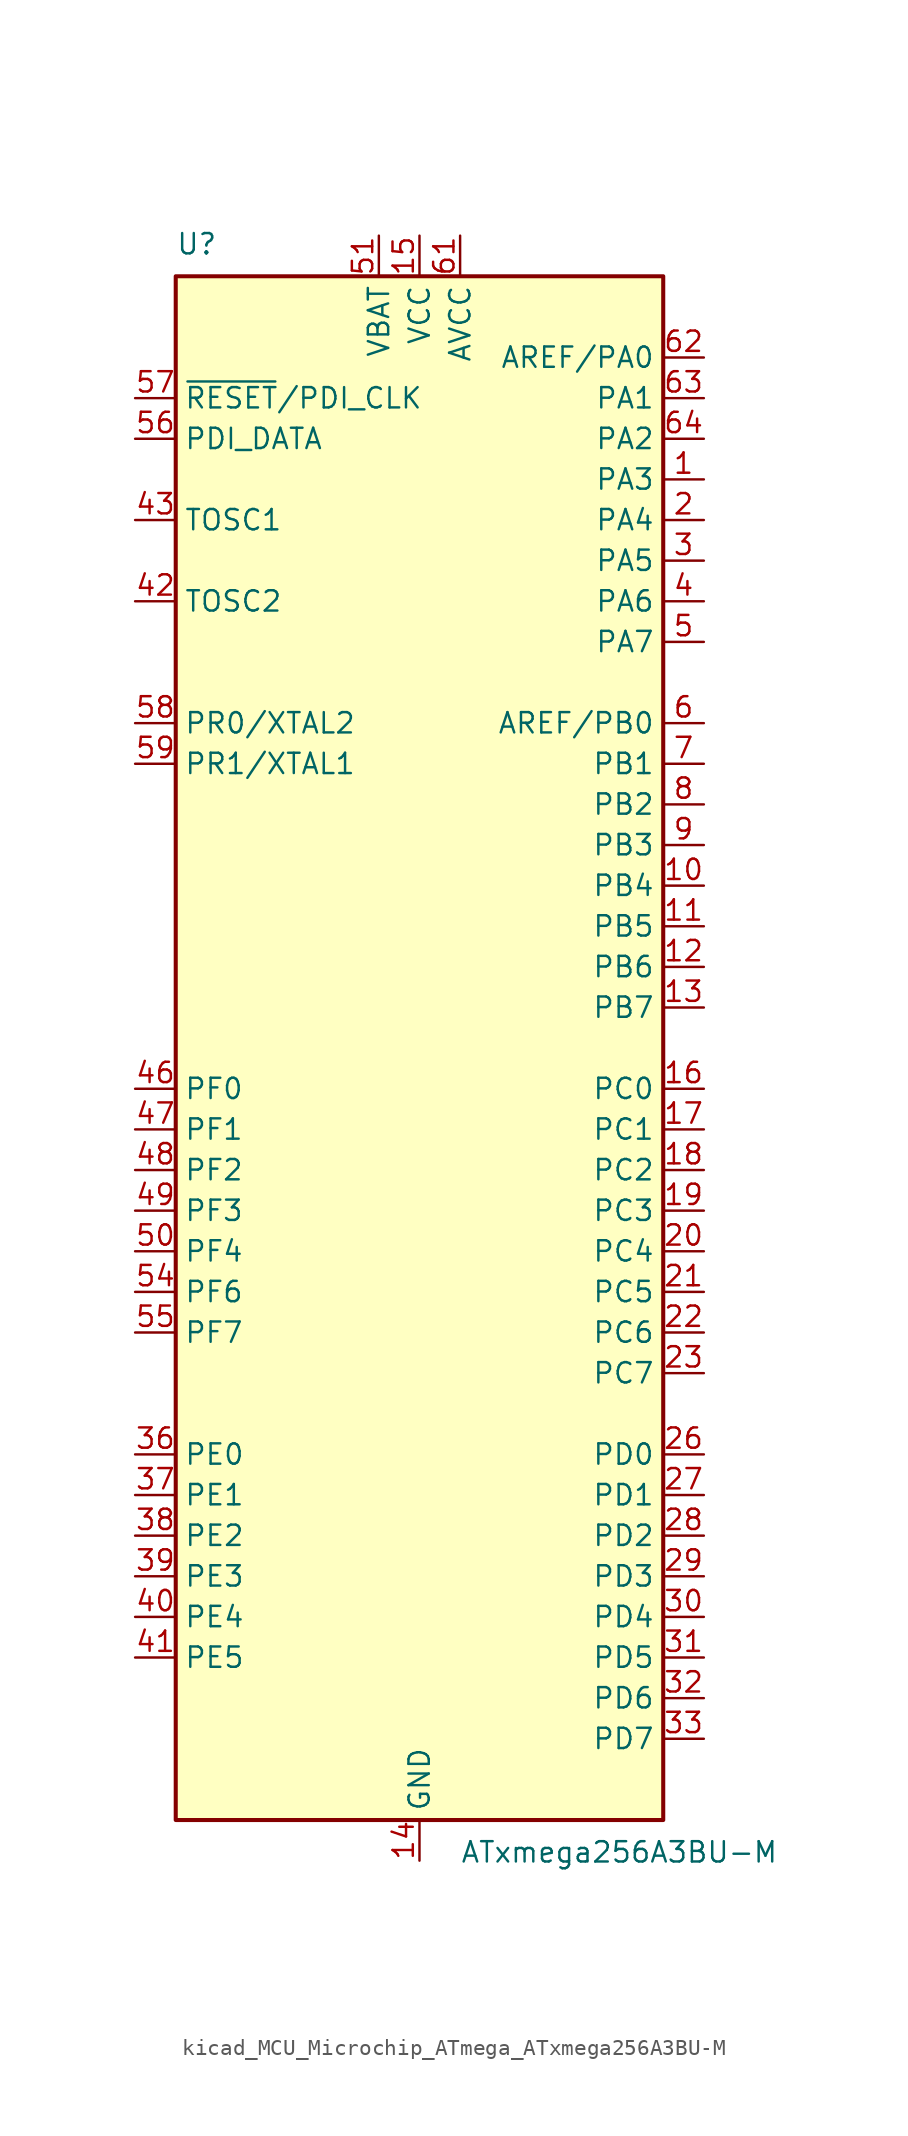
<source format=kicad_sym>
(kicad_symbol_lib
  (version 20220914)
  (generator kicad_symbol_editor)
  (symbol "kicad_MCU_Microchip_ATmega_ATxmega256A3BU-M"
    (property "Reference" "U"
      (at -15.24 49.53 0)
      (effects (font (size 1.27 1.27)) (justify left bottom)))
    (property "Value" "ATxmega256A3BU-M"
      (at 2.54 -49.53 0)
      (effects (font (size 1.27 1.27)) (justify left top)))
    (symbol "kicad_MCU_Microchip_ATmega_ATxmega256A3BU-M_0_1"
      (rectangle (start -15.24 -48.26) (end 15.24 48.26) (stroke (width 0.254) (type default)) (fill (type background))))
    (symbol "kicad_MCU_Microchip_ATmega_ATxmega256A3BU-M_1_1"
      (pin bidirectional line (at 17.78 35.56 180) (length 2.54) (name "PA3" (effects (font (size 1.27 1.27)))) (number "1" (effects (font (size 1.27 1.27)))))
      (pin bidirectional line (at 17.78 10.16 180) (length 2.54) (name "PB4" (effects (font (size 1.27 1.27)))) (number "10" (effects (font (size 1.27 1.27)))))
      (pin bidirectional line (at 17.78 7.62 180) (length 2.54) (name "PB5" (effects (font (size 1.27 1.27)))) (number "11" (effects (font (size 1.27 1.27)))))
      (pin bidirectional line (at 17.78 5.08 180) (length 2.54) (name "PB6" (effects (font (size 1.27 1.27)))) (number "12" (effects (font (size 1.27 1.27)))))
      (pin bidirectional line (at 17.78 2.54 180) (length 2.54) (name "PB7" (effects (font (size 1.27 1.27)))) (number "13" (effects (font (size 1.27 1.27)))))
      (pin power_in line (at 0 -50.8 90) (length 2.54) (name "GND" (effects (font (size 1.27 1.27)))) (number "14" (effects (font (size 1.27 1.27)))))
      (pin power_in line (at 0 50.8 270) (length 2.54) (name "VCC" (effects (font (size 1.27 1.27)))) (number "15" (effects (font (size 1.27 1.27)))))
      (pin bidirectional line (at 17.78 -2.54 180) (length 2.54) (name "PC0" (effects (font (size 1.27 1.27)))) (number "16" (effects (font (size 1.27 1.27)))))
      (pin bidirectional line (at 17.78 -5.08 180) (length 2.54) (name "PC1" (effects (font (size 1.27 1.27)))) (number "17" (effects (font (size 1.27 1.27)))))
      (pin bidirectional line (at 17.78 -7.62 180) (length 2.54) (name "PC2" (effects (font (size 1.27 1.27)))) (number "18" (effects (font (size 1.27 1.27)))))
      (pin bidirectional line (at 17.78 -10.16 180) (length 2.54) (name "PC3" (effects (font (size 1.27 1.27)))) (number "19" (effects (font (size 1.27 1.27)))))
      (pin bidirectional line (at 17.78 33.02 180) (length 2.54) (name "PA4" (effects (font (size 1.27 1.27)))) (number "2" (effects (font (size 1.27 1.27)))))
      (pin bidirectional line (at 17.78 -12.7 180) (length 2.54) (name "PC4" (effects (font (size 1.27 1.27)))) (number "20" (effects (font (size 1.27 1.27)))))
      (pin bidirectional line (at 17.78 -15.24 180) (length 2.54) (name "PC5" (effects (font (size 1.27 1.27)))) (number "21" (effects (font (size 1.27 1.27)))))
      (pin bidirectional line (at 17.78 -17.78 180) (length 2.54) (name "PC6" (effects (font (size 1.27 1.27)))) (number "22" (effects (font (size 1.27 1.27)))))
      (pin bidirectional line (at 17.78 -20.32 180) (length 2.54) (name "PC7" (effects (font (size 1.27 1.27)))) (number "23" (effects (font (size 1.27 1.27)))))
      (pin passive line (at 0 -50.8 90) (length 2.54) hide (name "GND" (effects (font (size 1.27 1.27)))) (number "24" (effects (font (size 1.27 1.27)))))
      (pin passive line (at 0 50.8 270) (length 2.54) hide (name "VCC" (effects (font (size 1.27 1.27)))) (number "25" (effects (font (size 1.27 1.27)))))
      (pin bidirectional line (at 17.78 -25.4 180) (length 2.54) (name "PD0" (effects (font (size 1.27 1.27)))) (number "26" (effects (font (size 1.27 1.27)))))
      (pin bidirectional line (at 17.78 -27.94 180) (length 2.54) (name "PD1" (effects (font (size 1.27 1.27)))) (number "27" (effects (font (size 1.27 1.27)))))
      (pin bidirectional line (at 17.78 -30.48 180) (length 2.54) (name "PD2" (effects (font (size 1.27 1.27)))) (number "28" (effects (font (size 1.27 1.27)))))
      (pin bidirectional line (at 17.78 -33.02 180) (length 2.54) (name "PD3" (effects (font (size 1.27 1.27)))) (number "29" (effects (font (size 1.27 1.27)))))
      (pin bidirectional line (at 17.78 30.48 180) (length 2.54) (name "PA5" (effects (font (size 1.27 1.27)))) (number "3" (effects (font (size 1.27 1.27)))))
      (pin bidirectional line (at 17.78 -35.56 180) (length 2.54) (name "PD4" (effects (font (size 1.27 1.27)))) (number "30" (effects (font (size 1.27 1.27)))))
      (pin bidirectional line (at 17.78 -38.1 180) (length 2.54) (name "PD5" (effects (font (size 1.27 1.27)))) (number "31" (effects (font (size 1.27 1.27)))))
      (pin bidirectional line (at 17.78 -40.64 180) (length 2.54) (name "PD6" (effects (font (size 1.27 1.27)))) (number "32" (effects (font (size 1.27 1.27)))))
      (pin bidirectional line (at 17.78 -43.18 180) (length 2.54) (name "PD7" (effects (font (size 1.27 1.27)))) (number "33" (effects (font (size 1.27 1.27)))))
      (pin passive line (at 0 -50.8 90) (length 2.54) hide (name "GND" (effects (font (size 1.27 1.27)))) (number "34" (effects (font (size 1.27 1.27)))))
      (pin passive line (at 0 50.8 270) (length 2.54) hide (name "VCC" (effects (font (size 1.27 1.27)))) (number "35" (effects (font (size 1.27 1.27)))))
      (pin bidirectional line (at -17.78 -25.4 0) (length 2.54) (name "PE0" (effects (font (size 1.27 1.27)))) (number "36" (effects (font (size 1.27 1.27)))))
      (pin bidirectional line (at -17.78 -27.94 0) (length 2.54) (name "PE1" (effects (font (size 1.27 1.27)))) (number "37" (effects (font (size 1.27 1.27)))))
      (pin bidirectional line (at -17.78 -30.48 0) (length 2.54) (name "PE2" (effects (font (size 1.27 1.27)))) (number "38" (effects (font (size 1.27 1.27)))))
      (pin bidirectional line (at -17.78 -33.02 0) (length 2.54) (name "PE3" (effects (font (size 1.27 1.27)))) (number "39" (effects (font (size 1.27 1.27)))))
      (pin bidirectional line (at 17.78 27.94 180) (length 2.54) (name "PA6" (effects (font (size 1.27 1.27)))) (number "4" (effects (font (size 1.27 1.27)))))
      (pin bidirectional line (at -17.78 -35.56 0) (length 2.54) (name "PE4" (effects (font (size 1.27 1.27)))) (number "40" (effects (font (size 1.27 1.27)))))
      (pin bidirectional line (at -17.78 -38.1 0) (length 2.54) (name "PE5" (effects (font (size 1.27 1.27)))) (number "41" (effects (font (size 1.27 1.27)))))
      (pin passive line (at -17.78 27.94 0) (length 2.54) (name "TOSC2" (effects (font (size 1.27 1.27)))) (number "42" (effects (font (size 1.27 1.27)))))
      (pin input line (at -17.78 33.02 0) (length 2.54) (name "TOSC1" (effects (font (size 1.27 1.27)))) (number "43" (effects (font (size 1.27 1.27)))))
      (pin passive line (at 0 -50.8 90) (length 2.54) hide (name "GND" (effects (font (size 1.27 1.27)))) (number "44" (effects (font (size 1.27 1.27)))))
      (pin passive line (at 0 50.8 270) (length 2.54) hide (name "VCC" (effects (font (size 1.27 1.27)))) (number "45" (effects (font (size 1.27 1.27)))))
      (pin bidirectional line (at -17.78 -2.54 0) (length 2.54) (name "PF0" (effects (font (size 1.27 1.27)))) (number "46" (effects (font (size 1.27 1.27)))))
      (pin bidirectional line (at -17.78 -5.08 0) (length 2.54) (name "PF1" (effects (font (size 1.27 1.27)))) (number "47" (effects (font (size 1.27 1.27)))))
      (pin bidirectional line (at -17.78 -7.62 0) (length 2.54) (name "PF2" (effects (font (size 1.27 1.27)))) (number "48" (effects (font (size 1.27 1.27)))))
      (pin bidirectional line (at -17.78 -10.16 0) (length 2.54) (name "PF3" (effects (font (size 1.27 1.27)))) (number "49" (effects (font (size 1.27 1.27)))))
      (pin bidirectional line (at 17.78 25.4 180) (length 2.54) (name "PA7" (effects (font (size 1.27 1.27)))) (number "5" (effects (font (size 1.27 1.27)))))
      (pin bidirectional line (at -17.78 -12.7 0) (length 2.54) (name "PF4" (effects (font (size 1.27 1.27)))) (number "50" (effects (font (size 1.27 1.27)))))
      (pin power_in line (at -2.54 50.8 270) (length 2.54) (name "VBAT" (effects (font (size 1.27 1.27)))) (number "51" (effects (font (size 1.27 1.27)))))
      (pin passive line (at 0 -50.8 90) (length 2.54) hide (name "GND" (effects (font (size 1.27 1.27)))) (number "52" (effects (font (size 1.27 1.27)))))
      (pin passive line (at 0 50.8 270) (length 2.54) hide (name "VCC" (effects (font (size 1.27 1.27)))) (number "53" (effects (font (size 1.27 1.27)))))
      (pin bidirectional line (at -17.78 -15.24 0) (length 2.54) (name "PF6" (effects (font (size 1.27 1.27)))) (number "54" (effects (font (size 1.27 1.27)))))
      (pin bidirectional line (at -17.78 -17.78 0) (length 2.54) (name "PF7" (effects (font (size 1.27 1.27)))) (number "55" (effects (font (size 1.27 1.27)))))
      (pin bidirectional line (at -17.78 38.1 0) (length 2.54) (name "PDI_DATA" (effects (font (size 1.27 1.27)))) (number "56" (effects (font (size 1.27 1.27)))))
      (pin input line (at -17.78 40.64 0) (length 2.54) (name "~{RESET}/PDI_CLK" (effects (font (size 1.27 1.27)))) (number "57" (effects (font (size 1.27 1.27)))))
      (pin bidirectional line (at -17.78 20.32 0) (length 2.54) (name "PR0/XTAL2" (effects (font (size 1.27 1.27)))) (number "58" (effects (font (size 1.27 1.27)))))
      (pin bidirectional line (at -17.78 17.78 0) (length 2.54) (name "PR1/XTAL1" (effects (font (size 1.27 1.27)))) (number "59" (effects (font (size 1.27 1.27)))))
      (pin bidirectional line (at 17.78 20.32 180) (length 2.54) (name "AREF/PB0" (effects (font (size 1.27 1.27)))) (number "6" (effects (font (size 1.27 1.27)))))
      (pin passive line (at 0 -50.8 90) (length 2.54) hide (name "GND" (effects (font (size 1.27 1.27)))) (number "60" (effects (font (size 1.27 1.27)))))
      (pin power_in line (at 2.54 50.8 270) (length 2.54) (name "AVCC" (effects (font (size 1.27 1.27)))) (number "61" (effects (font (size 1.27 1.27)))))
      (pin bidirectional line (at 17.78 43.18 180) (length 2.54) (name "AREF/PA0" (effects (font (size 1.27 1.27)))) (number "62" (effects (font (size 1.27 1.27)))))
      (pin bidirectional line (at 17.78 40.64 180) (length 2.54) (name "PA1" (effects (font (size 1.27 1.27)))) (number "63" (effects (font (size 1.27 1.27)))))
      (pin bidirectional line (at 17.78 38.1 180) (length 2.54) (name "PA2" (effects (font (size 1.27 1.27)))) (number "64" (effects (font (size 1.27 1.27)))))
      (pin passive line (at 0 -50.8 90) (length 2.54) hide (name "GND" (effects (font (size 1.27 1.27)))) (number "65" (effects (font (size 1.27 1.27)))))
      (pin bidirectional line (at 17.78 17.78 180) (length 2.54) (name "PB1" (effects (font (size 1.27 1.27)))) (number "7" (effects (font (size 1.27 1.27)))))
      (pin bidirectional line (at 17.78 15.24 180) (length 2.54) (name "PB2" (effects (font (size 1.27 1.27)))) (number "8" (effects (font (size 1.27 1.27)))))
      (pin bidirectional line (at 17.78 12.7 180) (length 2.54) (name "PB3" (effects (font (size 1.27 1.27)))) (number "9" (effects (font (size 1.27 1.27))))))))
</source>
